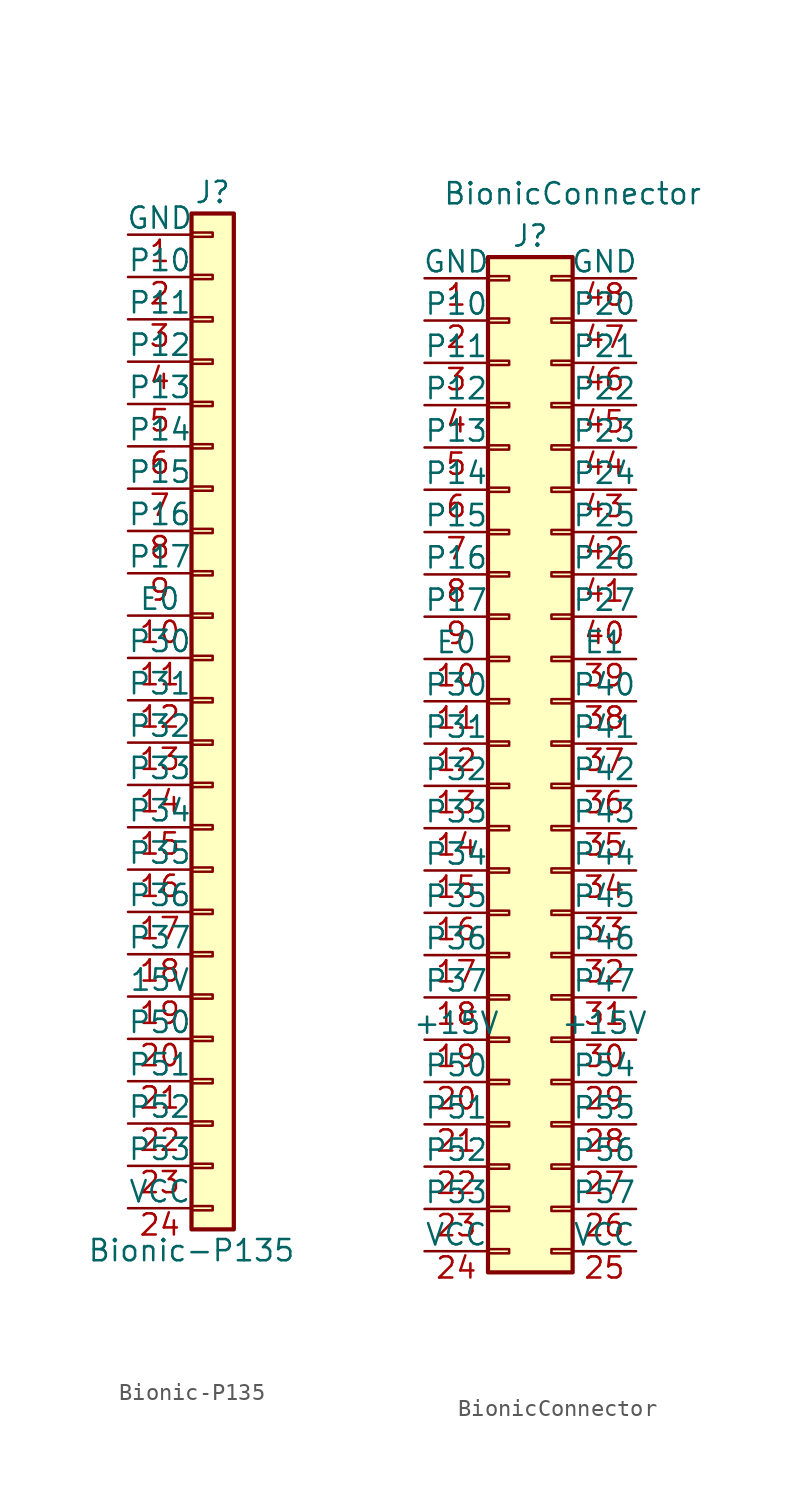
<source format=kicad_sym>
(kicad_symbol_lib
  (version 20220914)
  (generator kicad_symbol_editor)
  (symbol "Bionic-P135"
    (pin_names
      (offset 0))
    (property "Reference" "J"
      (at 0 30.48 0)
      (effects (font (size 1.27 1.27))))
    (property "Value" "Bionic-P135"
      (at -1.27 -33.02 0)
      (effects (font (size 1.27 1.27))))
    (symbol "Bionic-P135_1_1"
      (rectangle (start -1.27 -30.353) (end 0 -30.607) (stroke (width 0.152) (type default)) (fill (type none)))
      (rectangle (start -1.27 -27.813) (end 0 -28.067) (stroke (width 0.152) (type default)) (fill (type none)))
      (rectangle (start -1.27 -25.273) (end 0 -25.527) (stroke (width 0.152) (type default)) (fill (type none)))
      (rectangle (start -1.27 -22.733) (end 0 -22.987) (stroke (width 0.152) (type default)) (fill (type none)))
      (rectangle (start -1.27 -20.193) (end 0 -20.447) (stroke (width 0.152) (type default)) (fill (type none)))
      (rectangle (start -1.27 -17.653) (end 0 -17.907) (stroke (width 0.152) (type default)) (fill (type none)))
      (rectangle (start -1.27 -15.113) (end 0 -15.367) (stroke (width 0.152) (type default)) (fill (type none)))
      (rectangle (start -1.27 -12.573) (end 0 -12.827) (stroke (width 0.152) (type default)) (fill (type none)))
      (rectangle (start -1.27 -10.033) (end 0 -10.287) (stroke (width 0.152) (type default)) (fill (type none)))
      (rectangle (start -1.27 -7.493) (end 0 -7.747) (stroke (width 0.152) (type default)) (fill (type none)))
      (rectangle (start -1.27 -4.953) (end 0 -5.207) (stroke (width 0.152) (type default)) (fill (type none)))
      (rectangle (start -1.27 -2.413) (end 0 -2.667) (stroke (width 0.152) (type default)) (fill (type none)))
      (rectangle (start -1.27 0.127) (end 0 -0.127) (stroke (width 0.152) (type default)) (fill (type none)))
      (rectangle (start -1.27 2.667) (end 0 2.413) (stroke (width 0.152) (type default)) (fill (type none)))
      (rectangle (start -1.27 5.207) (end 0 4.953) (stroke (width 0.152) (type default)) (fill (type none)))
      (rectangle (start -1.27 7.747) (end 0 7.493) (stroke (width 0.152) (type default)) (fill (type none)))
      (rectangle (start -1.27 10.287) (end 0 10.033) (stroke (width 0.152) (type default)) (fill (type none)))
      (rectangle (start -1.27 12.827) (end 0 12.573) (stroke (width 0.152) (type default)) (fill (type none)))
      (rectangle (start -1.27 15.367) (end 0 15.113) (stroke (width 0.152) (type default)) (fill (type none)))
      (rectangle (start -1.27 17.907) (end 0 17.653) (stroke (width 0.152) (type default)) (fill (type none)))
      (rectangle (start -1.27 20.447) (end 0 20.193) (stroke (width 0.152) (type default)) (fill (type none)))
      (rectangle (start -1.27 22.987) (end 0 22.733) (stroke (width 0.152) (type default)) (fill (type none)))
      (rectangle (start -1.27 25.527) (end 0 25.273) (stroke (width 0.152) (type default)) (fill (type none)))
      (rectangle (start -1.27 28.067) (end 0 27.813) (stroke (width 0.152) (type default)) (fill (type none)))
      (rectangle (start -1.27 29.21) (end 1.27 -31.75) (stroke (width 0.254) (type default)) (fill (type background)))
      (pin power_out line (at -5.08 27.94 0) (length 3.81) (name "GND" (effects (font (size 1.27 1.27)))) (number "1" (effects (font (size 1.27 1.27)))))
      (pin bidirectional line (at -5.08 5.08 0) (length 3.81) (name "E0" (effects (font (size 1.27 1.27)))) (number "10" (effects (font (size 1.27 1.27)))))
      (pin bidirectional line (at -5.08 2.54 0) (length 3.81) (name "P30" (effects (font (size 1.27 1.27)))) (number "11" (effects (font (size 1.27 1.27)))))
      (pin bidirectional line (at -5.08 0 0) (length 3.81) (name "P31" (effects (font (size 1.27 1.27)))) (number "12" (effects (font (size 1.27 1.27)))))
      (pin bidirectional line (at -5.08 -2.54 0) (length 3.81) (name "P32" (effects (font (size 1.27 1.27)))) (number "13" (effects (font (size 1.27 1.27)))))
      (pin bidirectional line (at -5.08 -5.08 0) (length 3.81) (name "P33" (effects (font (size 1.27 1.27)))) (number "14" (effects (font (size 1.27 1.27)))))
      (pin bidirectional line (at -5.08 -7.62 0) (length 3.81) (name "P34" (effects (font (size 1.27 1.27)))) (number "15" (effects (font (size 1.27 1.27)))))
      (pin bidirectional line (at -5.08 -10.16 0) (length 3.81) (name "P35" (effects (font (size 1.27 1.27)))) (number "16" (effects (font (size 1.27 1.27)))))
      (pin bidirectional line (at -5.08 -12.7 0) (length 3.81) (name "P36" (effects (font (size 1.27 1.27)))) (number "17" (effects (font (size 1.27 1.27)))))
      (pin bidirectional line (at -5.08 -15.24 0) (length 3.81) (name "P37" (effects (font (size 1.27 1.27)))) (number "18" (effects (font (size 1.27 1.27)))))
      (pin power_out line (at -5.08 -17.78 0) (length 3.81) (name "15V" (effects (font (size 1.27 1.27)))) (number "19" (effects (font (size 1.27 1.27)))))
      (pin bidirectional line (at -5.08 25.4 0) (length 3.81) (name "P10" (effects (font (size 1.27 1.27)))) (number "2" (effects (font (size 1.27 1.27)))))
      (pin bidirectional line (at -5.08 -20.32 0) (length 3.81) (name "P50" (effects (font (size 1.27 1.27)))) (number "20" (effects (font (size 1.27 1.27)))))
      (pin bidirectional line (at -5.08 -22.86 0) (length 3.81) (name "P51" (effects (font (size 1.27 1.27)))) (number "21" (effects (font (size 1.27 1.27)))))
      (pin bidirectional line (at -5.08 -25.4 0) (length 3.81) (name "P52" (effects (font (size 1.27 1.27)))) (number "22" (effects (font (size 1.27 1.27)))))
      (pin bidirectional line (at -5.08 -27.94 0) (length 3.81) (name "P53" (effects (font (size 1.27 1.27)))) (number "23" (effects (font (size 1.27 1.27)))))
      (pin power_out line (at -5.08 -30.48 0) (length 3.81) (name "VCC" (effects (font (size 1.27 1.27)))) (number "24" (effects (font (size 1.27 1.27)))))
      (pin bidirectional line (at -5.08 22.86 0) (length 3.81) (name "P11" (effects (font (size 1.27 1.27)))) (number "3" (effects (font (size 1.27 1.27)))))
      (pin bidirectional line (at -5.08 20.32 0) (length 3.81) (name "P12" (effects (font (size 1.27 1.27)))) (number "4" (effects (font (size 1.27 1.27)))))
      (pin bidirectional line (at -5.08 17.78 0) (length 3.81) (name "P13" (effects (font (size 1.27 1.27)))) (number "5" (effects (font (size 1.27 1.27)))))
      (pin bidirectional line (at -5.08 15.24 0) (length 3.81) (name "P14" (effects (font (size 1.27 1.27)))) (number "6" (effects (font (size 1.27 1.27)))))
      (pin bidirectional line (at -5.08 12.7 0) (length 3.81) (name "P15" (effects (font (size 1.27 1.27)))) (number "7" (effects (font (size 1.27 1.27)))))
      (pin bidirectional line (at -5.08 10.16 0) (length 3.81) (name "P16" (effects (font (size 1.27 1.27)))) (number "8" (effects (font (size 1.27 1.27)))))
      (pin bidirectional line (at -5.08 7.62 0) (length 3.81) (name "P17" (effects (font (size 1.27 1.27)))) (number "9" (effects (font (size 1.27 1.27)))))))
  (symbol "BionicConnector"
    (pin_names
      (offset 0))
    (property "Reference" "J"
      (at 1.27 30.48 0)
      (effects (font (size 1.27 1.27))))
    (property "Value" "BionicConnector"
      (at 3.81 33.02 0)
      (effects (font (size 1.27 1.27))))
    (symbol "BionicConnector_1_1"
      (rectangle (start -1.27 -30.353) (end 0 -30.607) (stroke (width 0.152) (type default)) (fill (type none)))
      (rectangle (start -1.27 -27.813) (end 0 -28.067) (stroke (width 0.152) (type default)) (fill (type none)))
      (rectangle (start -1.27 -25.273) (end 0 -25.527) (stroke (width 0.152) (type default)) (fill (type none)))
      (rectangle (start -1.27 -22.733) (end 0 -22.987) (stroke (width 0.152) (type default)) (fill (type none)))
      (rectangle (start -1.27 -20.193) (end 0 -20.447) (stroke (width 0.152) (type default)) (fill (type none)))
      (rectangle (start -1.27 -17.653) (end 0 -17.907) (stroke (width 0.152) (type default)) (fill (type none)))
      (rectangle (start -1.27 -15.113) (end 0 -15.367) (stroke (width 0.152) (type default)) (fill (type none)))
      (rectangle (start -1.27 -12.573) (end 0 -12.827) (stroke (width 0.152) (type default)) (fill (type none)))
      (rectangle (start -1.27 -10.033) (end 0 -10.287) (stroke (width 0.152) (type default)) (fill (type none)))
      (rectangle (start -1.27 -7.493) (end 0 -7.747) (stroke (width 0.152) (type default)) (fill (type none)))
      (rectangle (start -1.27 -4.953) (end 0 -5.207) (stroke (width 0.152) (type default)) (fill (type none)))
      (rectangle (start -1.27 -2.413) (end 0 -2.667) (stroke (width 0.152) (type default)) (fill (type none)))
      (rectangle (start -1.27 0.127) (end 0 -0.127) (stroke (width 0.152) (type default)) (fill (type none)))
      (rectangle (start -1.27 2.667) (end 0 2.413) (stroke (width 0.152) (type default)) (fill (type none)))
      (rectangle (start -1.27 5.207) (end 0 4.953) (stroke (width 0.152) (type default)) (fill (type none)))
      (rectangle (start -1.27 7.747) (end 0 7.493) (stroke (width 0.152) (type default)) (fill (type none)))
      (rectangle (start -1.27 10.287) (end 0 10.033) (stroke (width 0.152) (type default)) (fill (type none)))
      (rectangle (start -1.27 12.827) (end 0 12.573) (stroke (width 0.152) (type default)) (fill (type none)))
      (rectangle (start -1.27 15.367) (end 0 15.113) (stroke (width 0.152) (type default)) (fill (type none)))
      (rectangle (start -1.27 17.907) (end 0 17.653) (stroke (width 0.152) (type default)) (fill (type none)))
      (rectangle (start -1.27 20.447) (end 0 20.193) (stroke (width 0.152) (type default)) (fill (type none)))
      (rectangle (start -1.27 22.987) (end 0 22.733) (stroke (width 0.152) (type default)) (fill (type none)))
      (rectangle (start -1.27 25.527) (end 0 25.273) (stroke (width 0.152) (type default)) (fill (type none)))
      (rectangle (start -1.27 28.067) (end 0 27.813) (stroke (width 0.152) (type default)) (fill (type none)))
      (rectangle (start -1.27 29.21) (end 3.81 -31.75) (stroke (width 0.254) (type default)) (fill (type background)))
      (rectangle (start 3.81 -30.353) (end 2.54 -30.607) (stroke (width 0.152) (type default)) (fill (type none)))
      (rectangle (start 3.81 -27.813) (end 2.54 -28.067) (stroke (width 0.152) (type default)) (fill (type none)))
      (rectangle (start 3.81 -25.273) (end 2.54 -25.527) (stroke (width 0.152) (type default)) (fill (type none)))
      (rectangle (start 3.81 -22.733) (end 2.54 -22.987) (stroke (width 0.152) (type default)) (fill (type none)))
      (rectangle (start 3.81 -20.193) (end 2.54 -20.447) (stroke (width 0.152) (type default)) (fill (type none)))
      (rectangle (start 3.81 -17.653) (end 2.54 -17.907) (stroke (width 0.152) (type default)) (fill (type none)))
      (rectangle (start 3.81 -15.113) (end 2.54 -15.367) (stroke (width 0.152) (type default)) (fill (type none)))
      (rectangle (start 3.81 -12.573) (end 2.54 -12.827) (stroke (width 0.152) (type default)) (fill (type none)))
      (rectangle (start 3.81 -10.033) (end 2.54 -10.287) (stroke (width 0.152) (type default)) (fill (type none)))
      (rectangle (start 3.81 -7.493) (end 2.54 -7.747) (stroke (width 0.152) (type default)) (fill (type none)))
      (rectangle (start 3.81 -4.953) (end 2.54 -5.207) (stroke (width 0.152) (type default)) (fill (type none)))
      (rectangle (start 3.81 -2.413) (end 2.54 -2.667) (stroke (width 0.152) (type default)) (fill (type none)))
      (rectangle (start 3.81 0.127) (end 2.54 -0.127) (stroke (width 0.152) (type default)) (fill (type none)))
      (rectangle (start 3.81 2.667) (end 2.54 2.413) (stroke (width 0.152) (type default)) (fill (type none)))
      (rectangle (start 3.81 5.207) (end 2.54 4.953) (stroke (width 0.152) (type default)) (fill (type none)))
      (rectangle (start 3.81 7.747) (end 2.54 7.493) (stroke (width 0.152) (type default)) (fill (type none)))
      (rectangle (start 3.81 10.287) (end 2.54 10.033) (stroke (width 0.152) (type default)) (fill (type none)))
      (rectangle (start 3.81 12.827) (end 2.54 12.573) (stroke (width 0.152) (type default)) (fill (type none)))
      (rectangle (start 3.81 15.367) (end 2.54 15.113) (stroke (width 0.152) (type default)) (fill (type none)))
      (rectangle (start 3.81 17.907) (end 2.54 17.653) (stroke (width 0.152) (type default)) (fill (type none)))
      (rectangle (start 3.81 20.447) (end 2.54 20.193) (stroke (width 0.152) (type default)) (fill (type none)))
      (rectangle (start 3.81 22.987) (end 2.54 22.733) (stroke (width 0.152) (type default)) (fill (type none)))
      (rectangle (start 3.81 25.527) (end 2.54 25.273) (stroke (width 0.152) (type default)) (fill (type none)))
      (rectangle (start 3.81 28.067) (end 2.54 27.813) (stroke (width 0.152) (type default)) (fill (type none)))
      (pin power_out line (at -5.08 27.94 0) (length 3.81) (name "GND" (effects (font (size 1.27 1.27)))) (number "1" (effects (font (size 1.27 1.27)))))
      (pin bidirectional line (at -5.08 5.08 0) (length 3.81) (name "E0" (effects (font (size 1.27 1.27)))) (number "10" (effects (font (size 1.27 1.27)))))
      (pin bidirectional line (at -5.08 2.54 0) (length 3.81) (name "P30" (effects (font (size 1.27 1.27)))) (number "11" (effects (font (size 1.27 1.27)))))
      (pin bidirectional line (at -5.08 0 0) (length 3.81) (name "P31" (effects (font (size 1.27 1.27)))) (number "12" (effects (font (size 1.27 1.27)))))
      (pin bidirectional line (at -5.08 -2.54 0) (length 3.81) (name "P32" (effects (font (size 1.27 1.27)))) (number "13" (effects (font (size 1.27 1.27)))))
      (pin bidirectional line (at -5.08 -5.08 0) (length 3.81) (name "P33" (effects (font (size 1.27 1.27)))) (number "14" (effects (font (size 1.27 1.27)))))
      (pin bidirectional line (at -5.08 -7.62 0) (length 3.81) (name "P34" (effects (font (size 1.27 1.27)))) (number "15" (effects (font (size 1.27 1.27)))))
      (pin bidirectional line (at -5.08 -10.16 0) (length 3.81) (name "P35" (effects (font (size 1.27 1.27)))) (number "16" (effects (font (size 1.27 1.27)))))
      (pin bidirectional line (at -5.08 -12.7 0) (length 3.81) (name "P36" (effects (font (size 1.27 1.27)))) (number "17" (effects (font (size 1.27 1.27)))))
      (pin bidirectional line (at -5.08 -15.24 0) (length 3.81) (name "P37" (effects (font (size 1.27 1.27)))) (number "18" (effects (font (size 1.27 1.27)))))
      (pin power_out line (at -5.08 -17.78 0) (length 3.81) (name "+15V" (effects (font (size 1.27 1.27)))) (number "19" (effects (font (size 1.27 1.27)))))
      (pin bidirectional line (at -5.08 25.4 0) (length 3.81) (name "P10" (effects (font (size 1.27 1.27)))) (number "2" (effects (font (size 1.27 1.27)))))
      (pin bidirectional line (at -5.08 -20.32 0) (length 3.81) (name "P50" (effects (font (size 1.27 1.27)))) (number "20" (effects (font (size 1.27 1.27)))))
      (pin bidirectional line (at -5.08 -22.86 0) (length 3.81) (name "P51" (effects (font (size 1.27 1.27)))) (number "21" (effects (font (size 1.27 1.27)))))
      (pin bidirectional line (at -5.08 -25.4 0) (length 3.81) (name "P52" (effects (font (size 1.27 1.27)))) (number "22" (effects (font (size 1.27 1.27)))))
      (pin bidirectional line (at -5.08 -27.94 0) (length 3.81) (name "P53" (effects (font (size 1.27 1.27)))) (number "23" (effects (font (size 1.27 1.27)))))
      (pin power_out line (at -5.08 -30.48 0) (length 3.81) (name "VCC" (effects (font (size 1.27 1.27)))) (number "24" (effects (font (size 1.27 1.27)))))
      (pin power_in line (at 7.62 -30.48 180) (length 3.81) (name "VCC" (effects (font (size 1.27 1.27)))) (number "25" (effects (font (size 1.27 1.27)))))
      (pin bidirectional line (at 7.62 -27.94 180) (length 3.81) (name "P57" (effects (font (size 1.27 1.27)))) (number "26" (effects (font (size 1.27 1.27)))))
      (pin bidirectional line (at 7.62 -25.4 180) (length 3.81) (name "P56" (effects (font (size 1.27 1.27)))) (number "27" (effects (font (size 1.27 1.27)))))
      (pin bidirectional line (at 7.62 -22.86 180) (length 3.81) (name "P55" (effects (font (size 1.27 1.27)))) (number "28" (effects (font (size 1.27 1.27)))))
      (pin bidirectional line (at 7.62 -20.32 180) (length 3.81) (name "P54" (effects (font (size 1.27 1.27)))) (number "29" (effects (font (size 1.27 1.27)))))
      (pin bidirectional line (at -5.08 22.86 0) (length 3.81) (name "P11" (effects (font (size 1.27 1.27)))) (number "3" (effects (font (size 1.27 1.27)))))
      (pin power_in line (at 7.62 -17.78 180) (length 3.81) (name "+15V" (effects (font (size 1.27 1.27)))) (number "30" (effects (font (size 1.27 1.27)))))
      (pin bidirectional line (at 7.62 -15.24 180) (length 3.81) (name "P47" (effects (font (size 1.27 1.27)))) (number "31" (effects (font (size 1.27 1.27)))))
      (pin bidirectional line (at 7.62 -12.7 180) (length 3.81) (name "P46" (effects (font (size 1.27 1.27)))) (number "32" (effects (font (size 1.27 1.27)))))
      (pin bidirectional line (at 7.62 -10.16 180) (length 3.81) (name "P45" (effects (font (size 1.27 1.27)))) (number "33" (effects (font (size 1.27 1.27)))))
      (pin bidirectional line (at 7.62 -7.62 180) (length 3.81) (name "P44" (effects (font (size 1.27 1.27)))) (number "34" (effects (font (size 1.27 1.27)))))
      (pin bidirectional line (at 7.62 -5.08 180) (length 3.81) (name "P43" (effects (font (size 1.27 1.27)))) (number "35" (effects (font (size 1.27 1.27)))))
      (pin bidirectional line (at 7.62 -2.54 180) (length 3.81) (name "P42" (effects (font (size 1.27 1.27)))) (number "36" (effects (font (size 1.27 1.27)))))
      (pin bidirectional line (at 7.62 0 180) (length 3.81) (name "P41" (effects (font (size 1.27 1.27)))) (number "37" (effects (font (size 1.27 1.27)))))
      (pin bidirectional line (at 7.62 2.54 180) (length 3.81) (name "P40" (effects (font (size 1.27 1.27)))) (number "38" (effects (font (size 1.27 1.27)))))
      (pin bidirectional line (at 7.62 5.08 180) (length 3.81) (name "E1" (effects (font (size 1.27 1.27)))) (number "39" (effects (font (size 1.27 1.27)))))
      (pin bidirectional line (at -5.08 20.32 0) (length 3.81) (name "P12" (effects (font (size 1.27 1.27)))) (number "4" (effects (font (size 1.27 1.27)))))
      (pin bidirectional line (at 7.62 7.62 180) (length 3.81) (name "P27" (effects (font (size 1.27 1.27)))) (number "40" (effects (font (size 1.27 1.27)))))
      (pin bidirectional line (at 7.62 10.16 180) (length 3.81) (name "P26" (effects (font (size 1.27 1.27)))) (number "41" (effects (font (size 1.27 1.27)))))
      (pin bidirectional line (at 7.62 12.7 180) (length 3.81) (name "P25" (effects (font (size 1.27 1.27)))) (number "42" (effects (font (size 1.27 1.27)))))
      (pin bidirectional line (at 7.62 15.24 180) (length 3.81) (name "P24" (effects (font (size 1.27 1.27)))) (number "43" (effects (font (size 1.27 1.27)))))
      (pin bidirectional line (at 7.62 17.78 180) (length 3.81) (name "P23" (effects (font (size 1.27 1.27)))) (number "44" (effects (font (size 1.27 1.27)))))
      (pin bidirectional line (at 7.62 20.32 180) (length 3.81) (name "P22" (effects (font (size 1.27 1.27)))) (number "45" (effects (font (size 1.27 1.27)))))
      (pin bidirectional line (at 7.62 22.86 180) (length 3.81) (name "P21" (effects (font (size 1.27 1.27)))) (number "46" (effects (font (size 1.27 1.27)))))
      (pin bidirectional line (at 7.62 25.4 180) (length 3.81) (name "P20" (effects (font (size 1.27 1.27)))) (number "47" (effects (font (size 1.27 1.27)))))
      (pin power_in line (at 7.62 27.94 180) (length 3.81) (name "GND" (effects (font (size 1.27 1.27)))) (number "48" (effects (font (size 1.27 1.27)))))
      (pin bidirectional line (at -5.08 17.78 0) (length 3.81) (name "P13" (effects (font (size 1.27 1.27)))) (number "5" (effects (font (size 1.27 1.27)))))
      (pin bidirectional line (at -5.08 15.24 0) (length 3.81) (name "P14" (effects (font (size 1.27 1.27)))) (number "6" (effects (font (size 1.27 1.27)))))
      (pin bidirectional line (at -5.08 12.7 0) (length 3.81) (name "P15" (effects (font (size 1.27 1.27)))) (number "7" (effects (font (size 1.27 1.27)))))
      (pin bidirectional line (at -5.08 10.16 0) (length 3.81) (name "P16" (effects (font (size 1.27 1.27)))) (number "8" (effects (font (size 1.27 1.27)))))
      (pin bidirectional line (at -5.08 7.62 0) (length 3.81) (name "P17" (effects (font (size 1.27 1.27)))) (number "9" (effects (font (size 1.27 1.27))))))))
</source>
